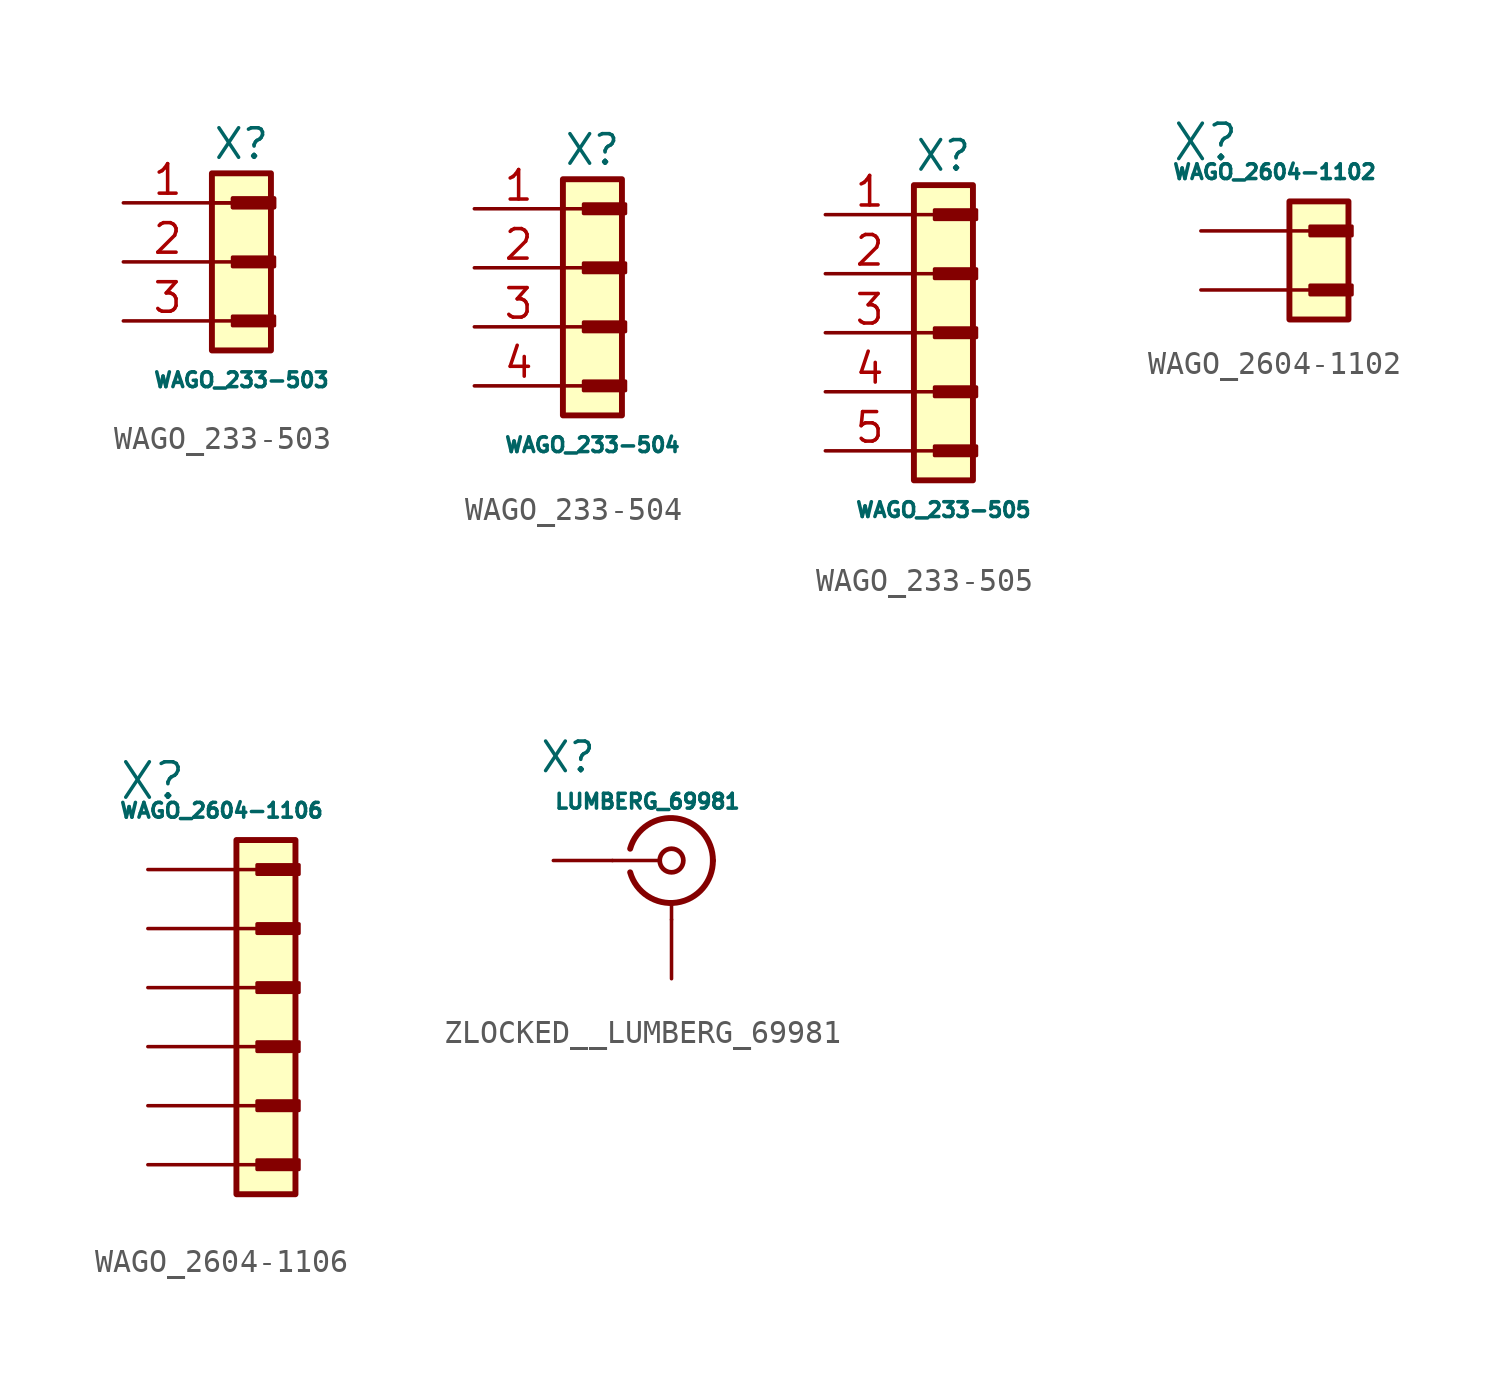
<source format=kicad_sym>
(kicad_symbol_lib
  (version 20220914)
  (generator kicad_symbol_editor)
  (symbol "WAGO_233-503"
    (pin_names
      (offset 1.016) hide)
    (property "Reference" "X"
      (at 0 2.54 0)
      (effects (font (size 1.27 1.27))))
    (property "Value" "WAGO_233-503"
      (at 0 -7.62 0)
      (effects (font (size 0.635 0.635))))
    (symbol "WAGO_233-503_0_1"
      (rectangle (start -1.27 -6.35) (end 1.27 1.27) (stroke (width 0.254) (type default)) (fill (type background))))
    (symbol "WAGO_233-503_1_1"
      (rectangle (start -0.381 -4.877) (end 1.422 -5.283) (stroke (width 0.152) (type default)) (fill (type outline)))
      (rectangle (start -0.381 -2.337) (end 1.422 -2.743) (stroke (width 0.152) (type default)) (fill (type outline)))
      (rectangle (start -0.381 0.203) (end 1.422 -0.203) (stroke (width 0.152) (type default)) (fill (type outline)))
      (rectangle (start -0.381 0.203) (end 1.422 -0.203) (stroke (width 0.152) (type default)) (fill (type outline)))
      (polyline (pts (xy -1.27 -5.08) (xy -0.381 -5.08)) (stroke (width 0) (type default)) (fill (type none)))
      (polyline (pts (xy -1.27 -2.54) (xy -0.381 -2.54)) (stroke (width 0) (type default)) (fill (type none)))
      (polyline (pts (xy -1.27 0) (xy -0.381 0)) (stroke (width 0) (type default)) (fill (type none)))
      (polyline (pts (xy -1.27 0) (xy -0.381 0)) (stroke (width 0) (type default)) (fill (type none)))
      (pin passive line (at -5.08 0 0) (length 3.81) (name "Pin_1" (effects (font (size 1.27 1.27)))) (number "1" (effects (font (size 1.27 1.27)))))
      (pin passive line (at -5.08 -2.54 0) (length 3.81) (name "Pin_2" (effects (font (size 1.27 1.27)))) (number "2" (effects (font (size 1.27 1.27)))))
      (pin passive line (at -5.08 -5.08 0) (length 3.81) (name "~" (effects (font (size 1.27 1.27)))) (number "3" (effects (font (size 1.27 1.27)))))))
  (symbol "WAGO_233-504"
    (pin_names
      (offset 1.016) hide)
    (property "Reference" "X"
      (at 0 2.54 0)
      (effects (font (size 1.27 1.27))))
    (property "Value" "WAGO_233-504"
      (at 0 -10.16 0)
      (effects (font (size 0.635 0.635))))
    (symbol "WAGO_233-504_0_1"
      (rectangle (start -1.27 1.27) (end 1.27 -8.89) (stroke (width 0.254) (type default)) (fill (type background))))
    (symbol "WAGO_233-504_1_1"
      (rectangle (start -0.381 -7.417) (end 1.422 -7.823) (stroke (width 0.152) (type default)) (fill (type outline)))
      (rectangle (start -0.381 -4.877) (end 1.422 -5.283) (stroke (width 0.152) (type default)) (fill (type outline)))
      (rectangle (start -0.381 -2.337) (end 1.422 -2.743) (stroke (width 0.152) (type default)) (fill (type outline)))
      (rectangle (start -0.381 0.203) (end 1.422 -0.203) (stroke (width 0.152) (type default)) (fill (type outline)))
      (polyline (pts (xy -1.27 -7.62) (xy -0.381 -7.62)) (stroke (width 0) (type default)) (fill (type none)))
      (polyline (pts (xy -1.27 -5.08) (xy -0.381 -5.08)) (stroke (width 0) (type default)) (fill (type none)))
      (polyline (pts (xy -1.27 -2.54) (xy -0.381 -2.54)) (stroke (width 0) (type default)) (fill (type none)))
      (polyline (pts (xy -1.27 0) (xy -0.381 0)) (stroke (width 0) (type default)) (fill (type none)))
      (pin passive line (at -5.08 0 0) (length 3.81) (name "Pin_1" (effects (font (size 1.27 1.27)))) (number "1" (effects (font (size 1.27 1.27)))))
      (pin passive line (at -5.08 -2.54 0) (length 3.81) (name "Pin_2" (effects (font (size 1.27 1.27)))) (number "2" (effects (font (size 1.27 1.27)))))
      (pin passive line (at -5.08 -5.08 0) (length 3.81) (name "~" (effects (font (size 1.27 1.27)))) (number "3" (effects (font (size 1.27 1.27)))))
      (pin passive line (at -5.08 -7.62 0) (length 3.81) (name "~" (effects (font (size 1.27 1.27)))) (number "4" (effects (font (size 1.27 1.27)))))))
  (symbol "WAGO_233-505"
    (pin_names
      (offset 1.016) hide)
    (property "Reference" "X"
      (at 0 2.54 0)
      (effects (font (size 1.27 1.27))))
    (property "Value" "WAGO_233-505"
      (at 0 -12.7 0)
      (effects (font (size 0.635 0.635))))
    (symbol "WAGO_233-505_0_1"
      (rectangle (start -1.27 1.27) (end 1.27 -11.43) (stroke (width 0.254) (type default)) (fill (type background))))
    (symbol "WAGO_233-505_1_1"
      (rectangle (start -0.381 -9.957) (end 1.422 -10.363) (stroke (width 0.152) (type default)) (fill (type outline)))
      (rectangle (start -0.381 -7.417) (end 1.422 -7.823) (stroke (width 0.152) (type default)) (fill (type outline)))
      (rectangle (start -0.381 -4.877) (end 1.422 -5.283) (stroke (width 0.152) (type default)) (fill (type outline)))
      (rectangle (start -0.381 -2.337) (end 1.422 -2.743) (stroke (width 0.152) (type default)) (fill (type outline)))
      (rectangle (start -0.381 0.203) (end 1.422 -0.203) (stroke (width 0.152) (type default)) (fill (type outline)))
      (polyline (pts (xy -1.27 -10.16) (xy -0.381 -10.16)) (stroke (width 0) (type default)) (fill (type none)))
      (polyline (pts (xy -1.27 -7.62) (xy -0.381 -7.62)) (stroke (width 0) (type default)) (fill (type none)))
      (polyline (pts (xy -1.27 -5.08) (xy -0.381 -5.08)) (stroke (width 0) (type default)) (fill (type none)))
      (polyline (pts (xy -1.27 -2.54) (xy -0.381 -2.54)) (stroke (width 0) (type default)) (fill (type none)))
      (polyline (pts (xy -1.27 0) (xy -0.381 0)) (stroke (width 0) (type default)) (fill (type none)))
      (pin passive line (at -5.08 0 0) (length 3.81) (name "Pin_1" (effects (font (size 1.27 1.27)))) (number "1" (effects (font (size 1.27 1.27)))))
      (pin passive line (at -5.08 -2.54 0) (length 3.81) (name "Pin_2" (effects (font (size 1.27 1.27)))) (number "2" (effects (font (size 1.27 1.27)))))
      (pin passive line (at -5.08 -5.08 0) (length 3.81) (name "~" (effects (font (size 1.27 1.27)))) (number "3" (effects (font (size 1.27 1.27)))))
      (pin passive line (at -5.08 -7.62 0) (length 3.81) (name "~" (effects (font (size 1.27 1.27)))) (number "4" (effects (font (size 1.27 1.27)))))
      (pin passive line (at -5.08 -10.16 0) (length 3.81) (name "~" (effects (font (size 1.27 1.27)))) (number "5" (effects (font (size 1.27 1.27)))))))
  (symbol "WAGO_2604-1102"
    (pin_numbers hide)
    (pin_names
      (offset 0.254) hide)
    (property "Reference" "X"
      (at -5.08 3.81 0)
      (effects (font (size 1.524 1.524)) (justify left)))
    (property "Value" "WAGO_2604-1102"
      (at -5.08 2.54 0)
      (effects (font (size 0.635 0.635)) (justify left)))
    (symbol "WAGO_2604-1102_0_1"
      (rectangle (start 0 1.27) (end 2.54 -3.81) (stroke (width 0.254) (type default)) (fill (type background))))
    (symbol "WAGO_2604-1102_1_1"
      (polyline (pts (xy 0 -2.54) (xy 0.889 -2.54)) (stroke (width 0) (type default)) (fill (type none)))
      (polyline (pts (xy 0 0) (xy 0.889 0)) (stroke (width 0) (type default)) (fill (type none)))
      (rectangle (start 0.889 -2.337) (end 2.692 -2.743) (stroke (width 0.152) (type default)) (fill (type outline)))
      (rectangle (start 0.889 0.203) (end 2.692 -0.203) (stroke (width 0.152) (type default)) (fill (type outline)))
      (pin passive line (at -3.81 0 0) (length 3.81) (name "Pin_1" (effects (font (size 1.27 1.27)))) (number "1" (effects (font (size 1.27 1.27)))))
      (pin passive line (at -3.81 -2.54 0) (length 3.81) (name "Pin_2" (effects (font (size 1.27 1.27)))) (number "2" (effects (font (size 1.27 1.27)))))))
  (symbol "WAGO_2604-1106"
    (pin_numbers hide)
    (pin_names
      (offset 0.254) hide)
    (property "Reference" "X"
      (at -5.08 3.81 0)
      (effects (font (size 1.524 1.524)) (justify left)))
    (property "Value" "WAGO_2604-1106"
      (at -5.08 2.54 0)
      (effects (font (size 0.635 0.635)) (justify left)))
    (symbol "WAGO_2604-1106_0_1"
      (rectangle (start 0 1.27) (end 2.54 -13.97) (stroke (width 0.254) (type default)) (fill (type background))))
    (symbol "WAGO_2604-1106_1_1"
      (polyline (pts (xy 0 -12.7) (xy 0.889 -12.7)) (stroke (width 0) (type default)) (fill (type none)))
      (polyline (pts (xy 0 -10.16) (xy 0.889 -10.16)) (stroke (width 0) (type default)) (fill (type none)))
      (polyline (pts (xy 0 -7.62) (xy 0.889 -7.62)) (stroke (width 0) (type default)) (fill (type none)))
      (polyline (pts (xy 0 -5.08) (xy 0.889 -5.08)) (stroke (width 0) (type default)) (fill (type none)))
      (polyline (pts (xy 0 -2.54) (xy 0.889 -2.54)) (stroke (width 0) (type default)) (fill (type none)))
      (polyline (pts (xy 0 0) (xy 0.889 0)) (stroke (width 0) (type default)) (fill (type none)))
      (rectangle (start 0.889 -12.497) (end 2.692 -12.903) (stroke (width 0.152) (type default)) (fill (type outline)))
      (rectangle (start 0.889 -9.957) (end 2.692 -10.363) (stroke (width 0.152) (type default)) (fill (type outline)))
      (rectangle (start 0.889 -7.417) (end 2.692 -7.823) (stroke (width 0.152) (type default)) (fill (type outline)))
      (rectangle (start 0.889 -4.877) (end 2.692 -5.283) (stroke (width 0.152) (type default)) (fill (type outline)))
      (rectangle (start 0.889 -2.337) (end 2.692 -2.743) (stroke (width 0.152) (type default)) (fill (type outline)))
      (rectangle (start 0.889 0.203) (end 2.692 -0.203) (stroke (width 0.152) (type default)) (fill (type outline)))
      (pin passive line (at -3.81 0 0) (length 3.81) (name "Pin_1" (effects (font (size 1.27 1.27)))) (number "1" (effects (font (size 1.27 1.27)))))
      (pin passive line (at -3.81 -2.54 0) (length 3.81) (name "Pin_2" (effects (font (size 1.27 1.27)))) (number "2" (effects (font (size 1.27 1.27)))))
      (pin passive line (at -3.81 -5.08 0) (length 3.81) (name "Pin_3" (effects (font (size 1.27 1.27)))) (number "3" (effects (font (size 1.27 1.27)))))
      (pin passive line (at -3.81 -7.62 0) (length 3.81) (name "Pin_4" (effects (font (size 1.27 1.27)))) (number "4" (effects (font (size 1.27 1.27)))))
      (pin passive line (at -3.81 -12.7 0) (length 3.81) (name "Pin_5" (effects (font (size 1.27 1.27)))) (number "5" (effects (font (size 1.27 1.27)))))
      (pin passive line (at -3.81 -10.16 0) (length 3.81) (name "Pin_6" (effects (font (size 1.27 1.27)))) (number "6" (effects (font (size 1.27 1.27)))))))
  (symbol "ZLOCKED__LUMBERG_69981"
    (pin_numbers hide)
    (pin_names
      (offset 1.016) hide)
    (property "Reference" "X"
      (at -4.445 4.445 0)
      (effects (font (size 1.27 1.27))))
    (property "Value" "LUMBERG_69981"
      (at -5.08 2.54 0)
      (effects (font (size 0.635 0.635)) (justify left)))
    (symbol "ZLOCKED__LUMBERG_69981_1_1"
      (arc (start -1.778 -0.508) (mid 0.2311 -1.8066) (end 1.778 0) (stroke (width 0.254) (type default)) (fill (type none)))
      (polyline (pts (xy -2.54 0) (xy -0.508 0)) (stroke (width 0) (type default)) (fill (type none)))
      (polyline (pts (xy 0 -2.54) (xy 0 -1.778)) (stroke (width 0) (type default)) (fill (type none)))
      (circle (center 0 0) (radius 0.508) (stroke (width 0.203) (type default)) (fill (type none)))
      (arc (start 1.778 0) (mid 0.2099 1.8101) (end -1.778 0.508) (stroke (width 0.254) (type default)) (fill (type none)))
      (pin passive line (at -5.08 0 0) (length 2.54) (name "In1" (effects (font (size 1.27 1.27)))) (number "1" (effects (font (size 1.27 1.27)))))
      (pin passive line (at 0 -5.08 90) (length 2.54) (name "Ext1" (effects (font (size 1.27 1.27)))) (number "2" (effects (font (size 1.27 1.27))))))))
</source>
